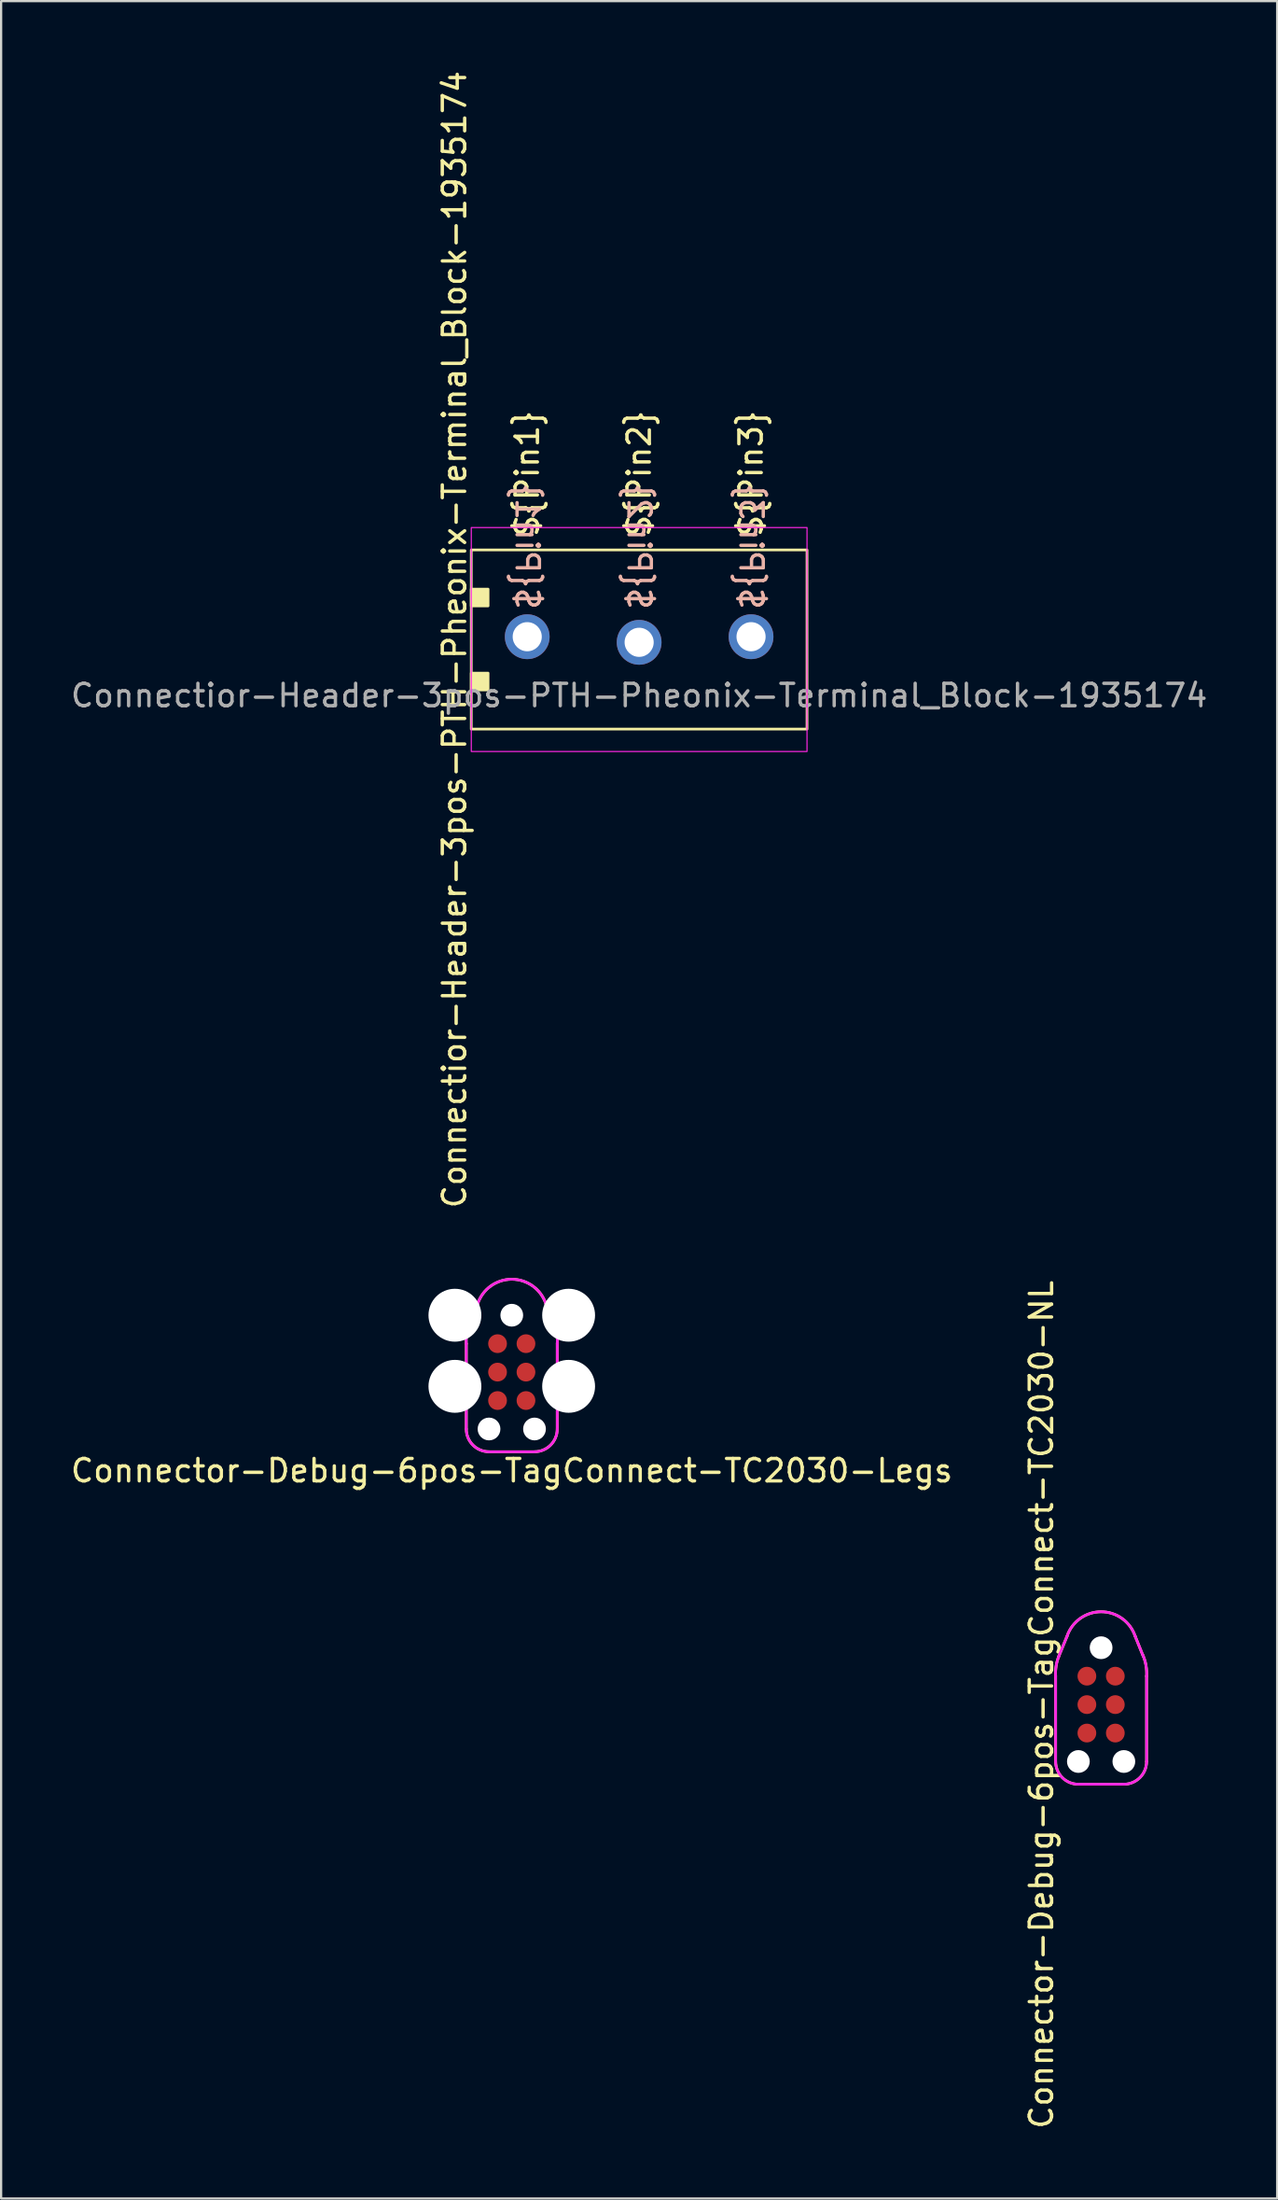
<source format=kicad_pcb>
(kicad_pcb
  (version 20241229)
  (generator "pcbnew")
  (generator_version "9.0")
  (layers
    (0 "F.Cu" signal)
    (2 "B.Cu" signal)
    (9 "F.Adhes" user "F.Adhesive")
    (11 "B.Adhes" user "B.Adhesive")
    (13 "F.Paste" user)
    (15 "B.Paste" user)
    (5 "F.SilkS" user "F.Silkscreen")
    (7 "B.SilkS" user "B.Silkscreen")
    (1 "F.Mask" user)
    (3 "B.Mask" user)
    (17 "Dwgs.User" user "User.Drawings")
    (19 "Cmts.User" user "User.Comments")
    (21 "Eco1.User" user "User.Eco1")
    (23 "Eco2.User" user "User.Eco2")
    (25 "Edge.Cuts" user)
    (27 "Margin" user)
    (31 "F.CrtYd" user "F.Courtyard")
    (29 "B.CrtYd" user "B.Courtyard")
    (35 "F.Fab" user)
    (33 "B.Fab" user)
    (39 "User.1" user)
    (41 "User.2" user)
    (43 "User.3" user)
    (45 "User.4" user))
  (footprint "Connector-Debug-6pos-TagConnect-TC2030-NL"
    (layer "F.Cu")
    (at 46.146 73.065)
    (property "Reference" "Connector-Debug-6pos-TagConnect-TC2030-NL" (at -2.667 0 90) (layer "F.SilkS") (effects (font (size 1 1) (thickness 0.15))))
    (attr exclude_from_pos_files exclude_from_bom)
    (fp_line (start -2.032 2.54) (end -2.032 -1.27) (stroke (width 0.12) (type solid)) (layer "F.SilkS"))
    (fp_line (start -1.524 -3.048) (end -1.889 -2.16) (stroke (width 0.12) (type solid)) (layer "F.SilkS"))
    (fp_line (start 1.016 3.556) (end -1.016 3.556) (stroke (width 0.12) (type solid)) (layer "F.SilkS"))
    (fp_line (start 1.524 -3.048) (end 1.882 -2.159) (stroke (width 0.12) (type solid)) (layer "F.SilkS"))
    (fp_line (start 2.032 2.54) (end 2.032 -1.27) (stroke (width 0.12) (type solid)) (layer "F.SilkS"))
    (fp_arc (start -2.03195 -1.269204) (mid -2.010164 -1.722534) (end -1.889248 -2.159984) (stroke (width 0.12) (type solid)) (layer "F.SilkS"))
    (fp_arc (start -1.523731 -3.048801) (mid 0.000423 -4.146435) (end 1.523999 -3.047999) (stroke (width 0.12) (type solid)) (layer "F.SilkS"))
    (fp_arc (start -1.016 3.556) (mid -1.73442 3.25842) (end -2.032 2.54) (stroke (width 0.12) (type solid)) (layer "F.SilkS"))
    (fp_arc (start 1.872394 -2.196558) (mid 2.006415 -1.742618) (end 2.032 -1.27) (stroke (width 0.12) (type solid)) (layer "F.SilkS"))
    (fp_arc (start 2.032 2.54) (mid 1.73442 3.25842) (end 1.016 3.556) (stroke (width 0.12) (type solid)) (layer "F.SilkS"))
    (fp_line (start -2.032 2.54) (end -2.032 -1.27) (stroke (width 0.12) (type solid)) (layer "F.CrtYd"))
    (fp_line (start -1.524 -3.048) (end -1.889 -2.16) (stroke (width 0.12) (type solid)) (layer "F.CrtYd"))
    (fp_line (start 1.016 3.556) (end -1.016 3.556) (stroke (width 0.12) (type solid)) (layer "F.CrtYd"))
    (fp_line (start 1.524 -3.048) (end 1.882 -2.159) (stroke (width 0.12) (type solid)) (layer "F.CrtYd"))
    (fp_line (start 2.032 2.54) (end 2.032 -1.27) (stroke (width 0.12) (type solid)) (layer "F.CrtYd"))
    (fp_arc (start -2.032 -1.27) (mid -2.010101 -1.722928) (end -1.889248 -2.159984) (stroke (width 0.12) (type solid)) (layer "F.CrtYd"))
    (fp_arc (start -1.523999 -3.048) (mid 0 -4.146436) (end 1.523999 -3.047999) (stroke (width 0.12) (type solid)) (layer "F.CrtYd"))
    (fp_arc (start -1.016 3.556) (mid -1.73442 3.25842) (end -2.032 2.54) (stroke (width 0.12) (type solid)) (layer "F.CrtYd"))
    (fp_arc (start 1.872394 -2.196558) (mid 2.006415 -1.742618) (end 2.032 -1.27) (stroke (width 0.12) (type solid)) (layer "F.CrtYd"))
    (fp_arc (start 2.032 2.54) (mid 1.73442 3.25842) (end 1.016 3.556) (stroke (width 0.12) (type solid)) (layer "F.CrtYd"))
    (pad "" np_thru_hole circle (at -1.016 2.54) (size 1.016 1.016) (drill 1.016) (layers "*.Cu" "*.Mask"))
    (pad "" np_thru_hole circle (at 0 -2.54) (size 1.016 1.016) (drill 1.016) (layers "*.Cu" "*.Mask"))
    (pad "" np_thru_hole circle (at 1.016 2.54) (size 1.016 1.016) (drill 1.016) (layers "*.Cu" "*.Mask"))
    (pad "1" smd circle (at -0.635 -1.27) (size 0.838 0.838) (layers "F.Cu" "F.Mask"))
    (pad "2" smd circle (at 0.635 -1.27) (size 0.838 0.838) (layers "F.Cu" "F.Mask"))
    (pad "3" smd circle (at -0.635 0) (size 0.838 0.838) (layers "F.Cu" "F.Mask"))
    (pad "4" smd circle (at 0.635 0) (size 0.838 0.838) (layers "F.Cu" "F.Mask"))
    (pad "5" smd circle (at -0.635 1.27) (size 0.838 0.838) (layers "F.Cu" "F.Mask"))
    (pad "6" smd circle (at 0.635 1.27) (size 0.838 0.838) (layers "F.Cu" "F.Mask")))
  (footprint "Connector-Debug-6pos-TagConnect-TC2030-Legs"
    (layer "F.Cu")
    (at 19.815 58.218)
    (property "Reference" "Connector-Debug-6pos-TagConnect-TC2030-Legs" (at 0 4.4 180) (layer "F.SilkS") (effects (font (size 1 1) (thickness 0.15))))
    (attr smd)
    (fp_line (start -2.032 2.54) (end -2.032 -1.27) (stroke (width 0.12) (type solid)) (layer "F.SilkS"))
    (fp_line (start -1.524 -3.048) (end -1.889 -2.16) (stroke (width 0.12) (type solid)) (layer "F.SilkS"))
    (fp_line (start 1.016 3.556) (end -1.016 3.556) (stroke (width 0.12) (type solid)) (layer "F.SilkS"))
    (fp_line (start 1.524 -3.048) (end 1.882 -2.159) (stroke (width 0.12) (type solid)) (layer "F.SilkS"))
    (fp_line (start 2.032 2.54) (end 2.032 -1.27) (stroke (width 0.12) (type solid)) (layer "F.SilkS"))
    (fp_arc (start -2.03195 -1.269204) (mid -2.010164 -1.722534) (end -1.889248 -2.159984) (stroke (width 0.12) (type solid)) (layer "F.SilkS"))
    (fp_arc (start -1.523731 -3.048801) (mid 0.000423 -4.146435) (end 1.523999 -3.047999) (stroke (width 0.12) (type solid)) (layer "F.SilkS"))
    (fp_arc (start -1.016 3.556) (mid -1.73442 3.25842) (end -2.032 2.54) (stroke (width 0.12) (type solid)) (layer "F.SilkS"))
    (fp_arc (start 1.872394 -2.196558) (mid 2.006415 -1.742618) (end 2.032 -1.27) (stroke (width 0.12) (type solid)) (layer "F.SilkS"))
    (fp_arc (start 2.032 2.54) (mid 1.73442 3.25842) (end 1.016 3.556) (stroke (width 0.12) (type solid)) (layer "F.SilkS"))
    (fp_line (start -2.032 2.54) (end -2.032 -1.27) (stroke (width 0.12) (type solid)) (layer "F.CrtYd"))
    (fp_line (start -1.524 -3.048) (end -1.889 -2.16) (stroke (width 0.12) (type solid)) (layer "F.CrtYd"))
    (fp_line (start 1.016 3.556) (end -1.016 3.556) (stroke (width 0.12) (type solid)) (layer "F.CrtYd"))
    (fp_line (start 1.524 -3.048) (end 1.882 -2.159) (stroke (width 0.12) (type solid)) (layer "F.CrtYd"))
    (fp_line (start 2.032 2.54) (end 2.032 -1.27) (stroke (width 0.12) (type solid)) (layer "F.CrtYd"))
    (fp_arc (start -2.032 -1.27) (mid -2.010101 -1.722928) (end -1.889248 -2.159984) (stroke (width 0.12) (type solid)) (layer "F.CrtYd"))
    (fp_arc (start -1.523999 -3.048) (mid 0 -4.146436) (end 1.523999 -3.047999) (stroke (width 0.12) (type solid)) (layer "F.CrtYd"))
    (fp_arc (start -1.016 3.556) (mid -1.73442 3.25842) (end -2.032 2.54) (stroke (width 0.12) (type solid)) (layer "F.CrtYd"))
    (fp_arc (start 1.872394 -2.196558) (mid 2.006415 -1.742618) (end 2.032 -1.27) (stroke (width 0.12) (type solid)) (layer "F.CrtYd"))
    (fp_arc (start 2.032 2.54) (mid 1.73442 3.25842) (end 1.016 3.556) (stroke (width 0.12) (type solid)) (layer "F.CrtYd"))
    (pad "" np_thru_hole circle (at -2.54 -2.54) (size 2.362 2.362) (drill 2.362) (layers "*.Cu" "*.Mask"))
    (pad "" np_thru_hole circle (at -2.54 0.635) (size 2.362 2.362) (drill 2.362) (layers "*.Cu" "*.Mask"))
    (pad "" np_thru_hole circle (at -1.016 2.54) (size 1.016 1.016) (drill 1.016) (layers "*.Cu" "*.Mask"))
    (pad "" np_thru_hole circle (at 0 -2.54) (size 1.016 1.016) (drill 1.016) (layers "*.Cu" "*.Mask"))
    (pad "" np_thru_hole circle (at 1.016 2.54) (size 1.016 1.016) (drill 1.016) (layers "*.Cu" "*.Mask"))
    (pad "" np_thru_hole circle (at 2.54 -2.54) (size 2.362 2.362) (drill 2.362) (layers "*.Cu" "*.Mask"))
    (pad "" np_thru_hole circle (at 2.54 0.635) (size 2.362 2.362) (drill 2.362) (layers "*.Cu" "*.Mask"))
    (pad "1" smd circle (at -0.635 -1.27) (size 0.838 0.838) (layers "F.Cu" "F.Mask"))
    (pad "2" smd circle (at 0.635 -1.27) (size 0.838 0.838) (layers "F.Cu" "F.Mask"))
    (pad "3" smd circle (at -0.635 0) (size 0.838 0.838) (layers "F.Cu" "F.Mask"))
    (pad "4" smd circle (at 0.635 0) (size 0.838 0.838) (layers "F.Cu" "F.Mask"))
    (pad "5" smd circle (at -0.635 1.27) (size 0.838 0.838) (layers "F.Cu" "F.Mask"))
    (pad "6" smd circle (at 0.635 1.27) (size 0.838 0.838) (layers "F.Cu" "F.Mask")))
  (footprint "Connectior-Header-3pos-PTH-Pheonix-Terminal_Block-1935174"
    (layer "F.Cu")
    (at 25.506 25.506)
    (property "Reference" "Connectior-Header-3pos-PTH-Pheonix-Terminal_Block-1935174" (at -8.25 0 90) (unlocked yes) (layer "F.SilkS") (effects (font (size 1 1) (thickness 0.15))))
    (attr through_hole)
    (fp_rect (start -7.5 -4) (end 7.5 4) (stroke (width 0.12) (type solid)) (fill no) (layer "F.SilkS"))
    (fp_rect (start -7.5 -2.25) (end -6.75 -1.5) (stroke (width 0.12) (type solid)) (fill yes) (layer "F.SilkS"))
    (fp_rect (start -7.5 1.5) (end -6.75 2.25) (stroke (width 0.12) (type solid)) (fill yes) (layer "F.SilkS"))
    (fp_rect (start -7.5 -5) (end 7.5 5) (stroke (width 0.05) (type solid)) (fill no) (layer "F.CrtYd"))
    (fp_text user "${Pin2}" (at 0 -4.5 90) (unlocked yes) (layer "F.SilkS") (effects (font (size 1 1) (thickness 0.15)) (justify left)))
    (fp_text user "${Pin3}" (at 5 -4.5 90) (unlocked yes) (layer "F.SilkS") (effects (font (size 1 1) (thickness 0.15)) (justify left)))
    (fp_text user "${Pin1}" (at -5 -4.5 90) (unlocked yes) (layer "F.SilkS") (effects (font (size 1 1) (thickness 0.15)) (justify left)))
    (fp_text user "${Pin2}" (at 0 -1.25 270) (unlocked yes) (layer "B.SilkS") (effects (font (size 1 1) (thickness 0.15)) (justify left mirror)))
    (fp_text user "${Pin1}" (at -5 -1.25 270) (unlocked yes) (layer "B.SilkS") (effects (font (size 1 1) (thickness 0.15)) (justify left mirror)))
    (fp_text user "${Pin3}" (at 5 -1.25 270) (unlocked yes) (layer "B.SilkS") (effects (font (size 1 1) (thickness 0.15)) (justify left mirror)))
    (fp_text user "${REFERENCE}" (at 0 2.5 0) (unlocked yes) (layer "F.Fab") (effects (font (size 1 1) (thickness 0.15))))
    (pad "1" thru_hole circle (at -5 -0.125) (size 2 2) (drill 1.3) (layers "*.Cu" "*.Mask"))
    (pad "2" thru_hole circle (at 0 0.125) (size 2 2) (drill 1.3) (layers "*.Cu" "*.Mask"))
    (pad "3" thru_hole circle (at 5 -0.125) (size 2 2) (drill 1.3) (layers "*.Cu" "*.Mask")))
  (gr_rect
    (start -3 -3)
    (end 54.012 95.119)
    (stroke (width 0.1) (type default))
    (fill no)
    (layer "Edge.Cuts")))
</source>
